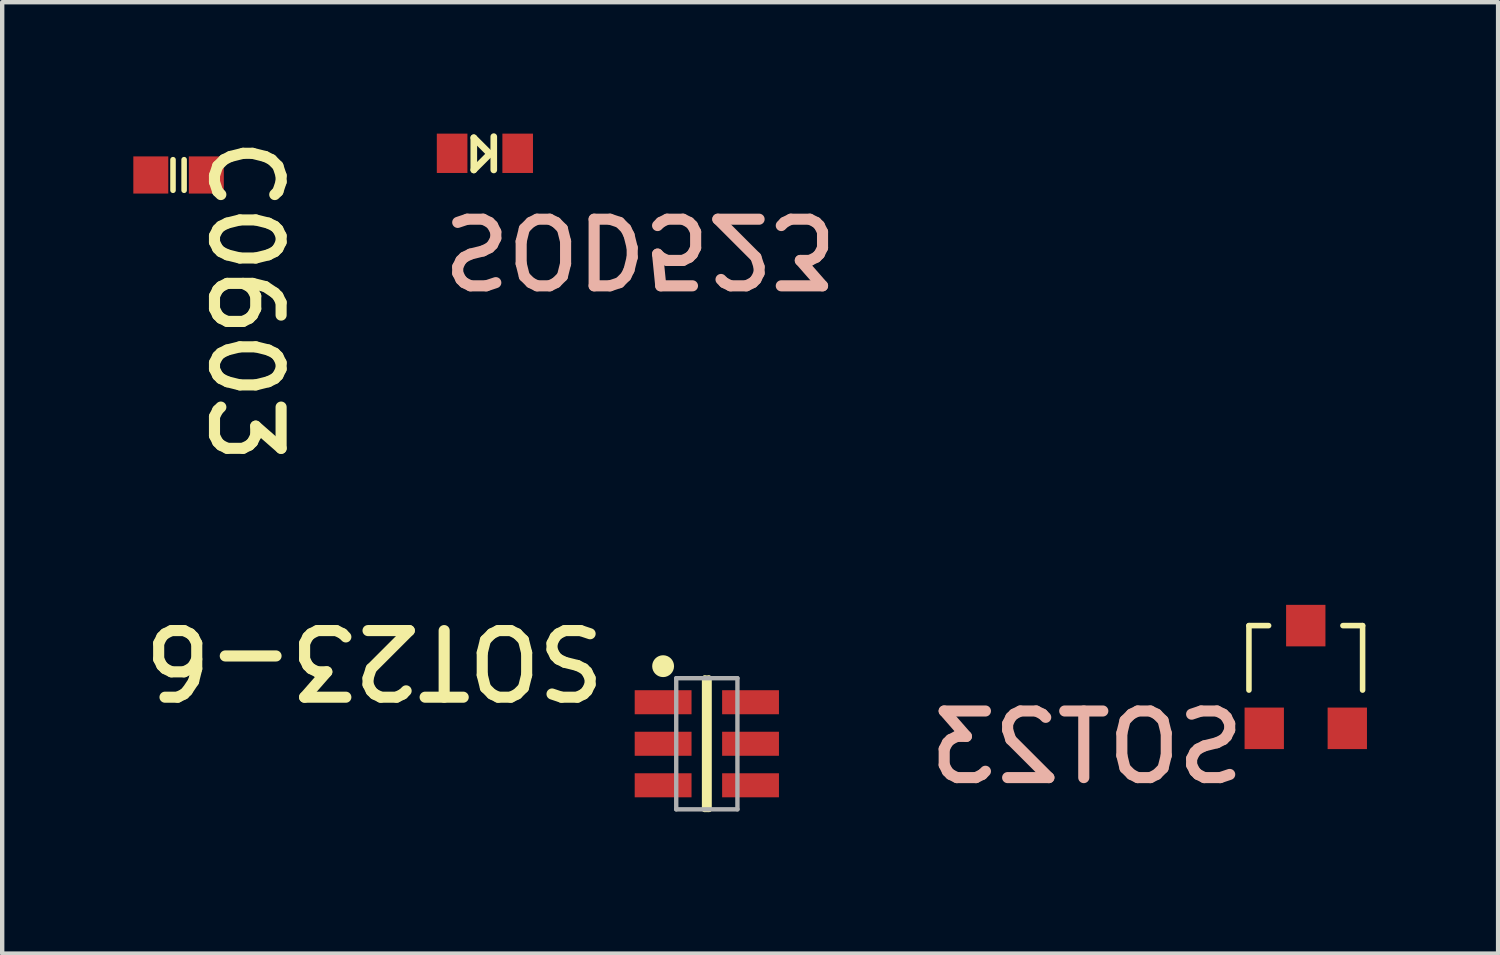
<source format=kicad_pcb>
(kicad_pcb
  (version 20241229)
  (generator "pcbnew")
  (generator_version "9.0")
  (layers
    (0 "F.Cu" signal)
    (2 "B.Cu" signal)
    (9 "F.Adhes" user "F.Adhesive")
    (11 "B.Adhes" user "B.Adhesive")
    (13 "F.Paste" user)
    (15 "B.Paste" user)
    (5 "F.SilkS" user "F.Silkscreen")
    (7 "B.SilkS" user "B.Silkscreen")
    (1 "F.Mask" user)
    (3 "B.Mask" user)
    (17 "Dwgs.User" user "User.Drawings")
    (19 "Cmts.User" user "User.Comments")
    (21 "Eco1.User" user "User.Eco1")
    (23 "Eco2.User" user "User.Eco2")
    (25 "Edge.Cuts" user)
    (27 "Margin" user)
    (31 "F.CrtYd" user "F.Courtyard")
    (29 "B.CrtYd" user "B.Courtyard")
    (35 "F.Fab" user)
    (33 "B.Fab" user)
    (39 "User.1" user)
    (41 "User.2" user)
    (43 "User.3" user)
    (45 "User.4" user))
  (footprint "C0603"
    (layer "F.Cu")
    (at 1.035 0.953)
    (property "Reference" "C0603" (at 0.622 -0.953 270) (unlocked yes) (layer "F.SilkS") (effects (font (size 1.524 1.524) (thickness 0.254)) (justify left bottom)))
    (fp_line (start -0.127 -0.35) (end -0.127 0.35) (stroke (width 0.127) (type solid)) (layer "F.SilkS"))
    (fp_line (start 0.127 -0.35) (end 0.127 0.35) (stroke (width 0.127) (type solid)) (layer "F.SilkS"))
    (pad "1" smd rect (at -0.635 0 180) (size 0.8 0.85) (layers "F.Cu" "F.Mask" "F.Paste"))
    (pad "2" smd rect (at 0.635 0 180) (size 0.8 0.85) (layers "F.Cu" "F.Mask" "F.Paste")))
  (footprint "SOD523"
    (layer "F.Cu")
    (at 8.043 0.457)
    (property "Reference" "SOD523" (at -1.079 1.308 180) (unlocked yes) (layer "B.SilkS") (effects (font (size 1.524 1.524) (thickness 0.254)) (justify left bottom mirror)))
    (fp_line (start -0.254 -0.356) (end 0.102 0) (stroke (width 0.152) (type solid)) (layer "F.SilkS"))
    (fp_line (start -0.254 0.381) (end -0.254 -0.356) (stroke (width 0.152) (type solid)) (layer "F.SilkS"))
    (fp_line (start -0.254 0.381) (end 0.102 0.025) (stroke (width 0.152) (type solid)) (layer "F.SilkS"))
    (fp_line (start 0.102 0.025) (end 0.102 0) (stroke (width 0.152) (type solid)) (layer "F.SilkS"))
    (fp_line (start 0.203 0.381) (end 0.203 -0.381) (stroke (width 0.152) (type solid)) (layer "F.SilkS"))
    (pad "A" smd rect (at -0.75 -0.000002 90) (size 0.9 0.7) (layers "F.Cu" "F.Mask" "F.Paste"))
    (pad "K" smd rect (at 0.75 -0.000002 90) (size 0.9 0.7) (layers "F.Cu" "F.Mask" "F.Paste")))
  (footprint "SOT23"
    (layer "F.Cu")
    (at 26.822 12.437)
    (property "Reference" "SOT23" (at -1.283 2.502 0) (unlocked yes) (layer "B.SilkS") (effects (font (size 1.524 1.524) (thickness 0.254)) (justify left bottom mirror)))
    (fp_line (start -1.3 -1.175) (end -0.85 -1.175) (stroke (width 0.127) (type solid)) (layer "F.SilkS"))
    (fp_line (start -1.3 0.3) (end -1.3 -1.175) (stroke (width 0.127) (type solid)) (layer "F.SilkS"))
    (fp_line (start 0.85 -1.175) (end 1.3 -1.175) (stroke (width 0.127) (type solid)) (layer "F.SilkS"))
    (fp_line (start 1.3 0.3) (end 1.3 -1.175) (stroke (width 0.127) (type solid)) (layer "F.SilkS"))
    (pad "1" smd rect (at -0.95 1.175 180) (size 0.9 0.95) (layers "F.Cu" "F.Mask" "F.Paste"))
    (pad "2" smd rect (at 0.95 1.175 180) (size 0.9 0.95) (layers "F.Cu" "F.Mask" "F.Paste"))
    (pad "3" smd rect (at 0.000003 -1.175 180) (size 0.9 0.95) (layers "F.Cu" "F.Mask" "F.Paste")))
  (footprint "SOT23-6"
    (layer "F.Cu")
    (at 13.12 13.965)
    (property "Reference" "SOT23-6" (at -2.213 -2.789 180) (unlocked yes) (layer "F.SilkS") (effects (font (size 1.524 1.524) (thickness 0.254)) (justify left bottom)))
    (fp_line (start -0.05 -1.5) (end -0.05 1.5) (stroke (width 0.127) (type solid)) (layer "F.SilkS"))
    (fp_line (start -0.05 -1.5) (end 0.05 -1.5) (stroke (width 0.127) (type solid)) (layer "F.SilkS"))
    (fp_line (start -0.05 1.5) (end 0.05 1.5) (stroke (width 0.127) (type solid)) (layer "F.SilkS"))
    (fp_line (start 0.05 -1.5) (end 0.05 1.5) (stroke (width 0.127) (type solid)) (layer "F.SilkS"))
    (fp_circle (center -1 -1.775) (end -1 -1.9) (stroke (width 0.25) (type solid)) (fill no) (layer "F.SilkS"))
    (fp_line (start -1.8 -1.75) (end -1.8 1.75) (stroke (width 0.1) (type solid)) (layer "Eco1.User"))
    (fp_line (start -1.8 -1.75) (end 1.8 -1.75) (stroke (width 0.1) (type solid)) (layer "Eco1.User"))
    (fp_line (start -1.8 1.75) (end 1.8 1.75) (stroke (width 0.1) (type solid)) (layer "Eco1.User"))
    (fp_line (start -0.5 -0.000002) (end 0.5 0) (stroke (width 0.1) (type solid)) (layer "Eco1.User"))
    (fp_line (start 0 -0.5) (end 0 0.5) (stroke (width 0.1) (type solid)) (layer "Eco1.User"))
    (fp_line (start 1.8 -1.75) (end 1.8 1.75) (stroke (width 0.1) (type solid)) (layer "Eco1.User"))
    (fp_line (start -0.7 -1.5) (end -0.7 1.5) (stroke (width 0.1) (type solid)) (layer "F.Fab"))
    (fp_line (start -0.7 -1.5) (end 0.7 -1.5) (stroke (width 0.1) (type solid)) (layer "F.Fab"))
    (fp_line (start -0.7 1.5) (end 0.7 1.5) (stroke (width 0.1) (type solid)) (layer "F.Fab"))
    (fp_line (start 0.7 -1.5) (end 0.7 1.5) (stroke (width 0.1) (type solid)) (layer "F.Fab"))
    (pad "1" smd rect (at -1 -0.95 270) (size 0.55 1.3) (layers "F.Cu" "F.Mask" "F.Paste"))
    (pad "2" smd rect (at -1 -0.000002 270) (size 0.55 1.3) (layers "F.Cu" "F.Mask" "F.Paste"))
    (pad "3" smd rect (at -1 0.95 270) (size 0.55 1.3) (layers "F.Cu" "F.Mask" "F.Paste"))
    (pad "4" smd rect (at 1 0.95 270) (size 0.55 1.3) (layers "F.Cu" "F.Mask" "F.Paste"))
    (pad "5" smd rect (at 1 0 270) (size 0.55 1.3) (layers "F.Cu" "F.Mask" "F.Paste"))
    (pad "6" smd rect (at 1 -0.95 270) (size 0.55 1.3) (layers "F.Cu" "F.Mask" "F.Paste")))
  (gr_rect
    (start -3 -3)
    (end 31.222 18.765)
    (stroke (width 0.1) (type default))
    (fill no)
    (layer "Edge.Cuts")))
</source>
